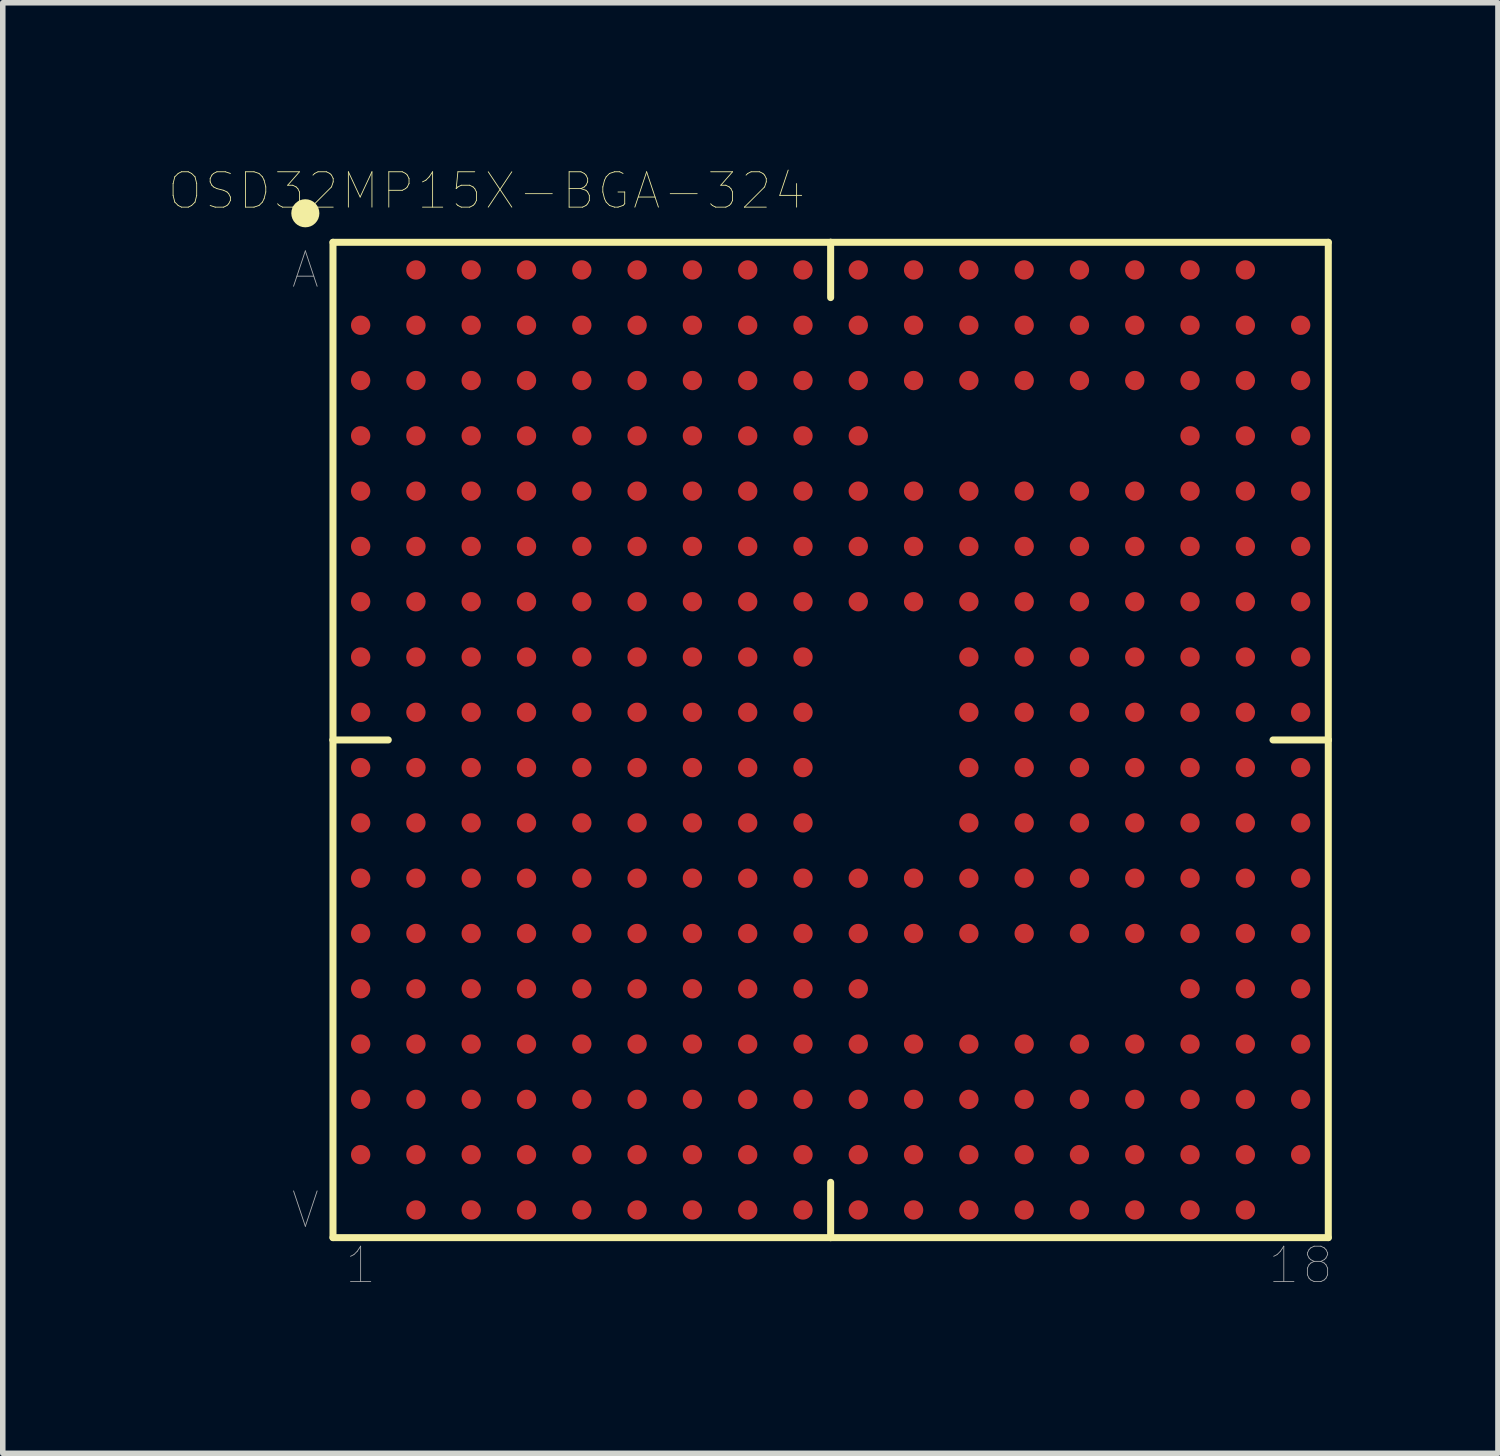
<source format=kicad_pcb>
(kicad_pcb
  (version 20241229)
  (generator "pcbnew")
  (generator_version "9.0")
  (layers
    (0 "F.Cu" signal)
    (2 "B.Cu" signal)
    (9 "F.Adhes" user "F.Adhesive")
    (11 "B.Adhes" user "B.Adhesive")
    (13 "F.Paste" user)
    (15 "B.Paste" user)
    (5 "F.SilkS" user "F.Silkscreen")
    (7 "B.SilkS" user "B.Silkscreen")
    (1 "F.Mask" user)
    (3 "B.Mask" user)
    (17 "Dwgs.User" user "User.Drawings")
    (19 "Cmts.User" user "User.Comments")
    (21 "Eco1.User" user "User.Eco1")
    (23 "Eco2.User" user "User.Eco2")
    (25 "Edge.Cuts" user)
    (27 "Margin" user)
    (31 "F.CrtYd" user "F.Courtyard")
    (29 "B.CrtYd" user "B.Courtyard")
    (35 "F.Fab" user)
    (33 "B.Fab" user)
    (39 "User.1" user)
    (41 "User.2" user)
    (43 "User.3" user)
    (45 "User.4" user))
  (footprint "OSD32MP15X-BGA-324"
    (layer "F.Cu")
    (at 11.972 10.332)
    (property "Reference" "OSD32MP15X-BGA-324" (at -6.223 -9.931 0) (layer "F.SilkS") (effects (font (size 0.64 0.64) (thickness 0.015))))
    (attr smd)
    (fp_line (start -9 -9) (end -9 0) (stroke (width 0.127) (type solid)) (layer "F.SilkS"))
    (fp_line (start -9 0) (end -9 9) (stroke (width 0.127) (type solid)) (layer "F.SilkS"))
    (fp_line (start -9 9) (end 0 9) (stroke (width 0.127) (type solid)) (layer "F.SilkS"))
    (fp_line (start -8 0) (end -9 0) (stroke (width 0.127) (type solid)) (layer "F.SilkS"))
    (fp_line (start 0 -9) (end -9 -9) (stroke (width 0.127) (type solid)) (layer "F.SilkS"))
    (fp_line (start 0 -9) (end 0 -8) (stroke (width 0.127) (type solid)) (layer "F.SilkS"))
    (fp_line (start 0 8) (end 0 9) (stroke (width 0.127) (type solid)) (layer "F.SilkS"))
    (fp_line (start 0 9) (end 9 9) (stroke (width 0.127) (type solid)) (layer "F.SilkS"))
    (fp_line (start 8 0) (end 9 0) (stroke (width 0.127) (type solid)) (layer "F.SilkS"))
    (fp_line (start 9 -9) (end 0 -9) (stroke (width 0.127) (type solid)) (layer "F.SilkS"))
    (fp_line (start 9 0) (end 9 -9) (stroke (width 0.127) (type solid)) (layer "F.SilkS"))
    (fp_line (start 9 9) (end 9 0) (stroke (width 0.127) (type solid)) (layer "F.SilkS"))
    (fp_circle (center -9.5 -9.525) (end -9.373 -9.525) (stroke (width 0.254) (type solid)) (fill no) (layer "F.SilkS"))
    (fp_text user "V" (at -9.5 8.5 0) (layer "F.Fab") (effects (font (size 0.64 0.64) (thickness 0.015))))
    (fp_text user "18" (at 8.5 9.5 0) (layer "F.Fab") (effects (font (size 0.64 0.64) (thickness 0.015))))
    (fp_text user "1" (at -8.5 9.5 0) (layer "F.Fab") (effects (font (size 0.64 0.64) (thickness 0.015))))
    (fp_text user "A" (at -9.5 -8.5 0) (layer "F.Fab") (effects (font (size 0.64 0.64) (thickness 0.015))))
    (pad "A2" smd circle (at -7.5 -8.5) (size 0.35 0.35) (layers "F.Cu" "F.Mask" "F.Paste"))
    (pad "A3" smd circle (at -6.5 -8.5) (size 0.35 0.35) (layers "F.Cu" "F.Mask" "F.Paste"))
    (pad "A4" smd circle (at -5.5 -8.5) (size 0.35 0.35) (layers "F.Cu" "F.Mask" "F.Paste"))
    (pad "A5" smd circle (at -4.5 -8.5) (size 0.35 0.35) (layers "F.Cu" "F.Mask" "F.Paste"))
    (pad "A6" smd circle (at -3.5 -8.5) (size 0.35 0.35) (layers "F.Cu" "F.Mask" "F.Paste"))
    (pad "A7" smd circle (at -2.5 -8.5) (size 0.35 0.35) (layers "F.Cu" "F.Mask" "F.Paste"))
    (pad "A8" smd circle (at -1.5 -8.5) (size 0.35 0.35) (layers "F.Cu" "F.Mask" "F.Paste"))
    (pad "A9" smd circle (at -0.5 -8.5) (size 0.35 0.35) (layers "F.Cu" "F.Mask" "F.Paste"))
    (pad "A10" smd circle (at 0.5 -8.5) (size 0.35 0.35) (layers "F.Cu" "F.Mask" "F.Paste"))
    (pad "A11" smd circle (at 1.5 -8.5) (size 0.35 0.35) (layers "F.Cu" "F.Mask" "F.Paste"))
    (pad "A12" smd circle (at 2.5 -8.5) (size 0.35 0.35) (layers "F.Cu" "F.Mask" "F.Paste"))
    (pad "A13" smd circle (at 3.5 -8.5) (size 0.35 0.35) (layers "F.Cu" "F.Mask" "F.Paste"))
    (pad "A14" smd circle (at 4.5 -8.5) (size 0.35 0.35) (layers "F.Cu" "F.Mask" "F.Paste"))
    (pad "A15" smd circle (at 5.5 -8.5) (size 0.35 0.35) (layers "F.Cu" "F.Mask" "F.Paste"))
    (pad "A16" smd circle (at 6.5 -8.5) (size 0.35 0.35) (layers "F.Cu" "F.Mask" "F.Paste"))
    (pad "A17" smd circle (at 7.5 -8.5) (size 0.35 0.35) (layers "F.Cu" "F.Mask" "F.Paste"))
    (pad "B1" smd circle (at -8.5 -7.5) (size 0.35 0.35) (layers "F.Cu" "F.Mask" "F.Paste"))
    (pad "B2" smd circle (at -7.5 -7.5) (size 0.35 0.35) (layers "F.Cu" "F.Mask" "F.Paste"))
    (pad "B3" smd circle (at -6.5 -7.5) (size 0.35 0.35) (layers "F.Cu" "F.Mask" "F.Paste"))
    (pad "B4" smd circle (at -5.5 -7.5) (size 0.35 0.35) (layers "F.Cu" "F.Mask" "F.Paste"))
    (pad "B5" smd circle (at -4.5 -7.5) (size 0.35 0.35) (layers "F.Cu" "F.Mask" "F.Paste"))
    (pad "B6" smd circle (at -3.5 -7.5) (size 0.35 0.35) (layers "F.Cu" "F.Mask" "F.Paste"))
    (pad "B7" smd circle (at -2.5 -7.5) (size 0.35 0.35) (layers "F.Cu" "F.Mask" "F.Paste"))
    (pad "B8" smd circle (at -1.5 -7.5) (size 0.35 0.35) (layers "F.Cu" "F.Mask" "F.Paste"))
    (pad "B9" smd circle (at -0.5 -7.5) (size 0.35 0.35) (layers "F.Cu" "F.Mask" "F.Paste"))
    (pad "B10" smd circle (at 0.5 -7.5) (size 0.35 0.35) (layers "F.Cu" "F.Mask" "F.Paste"))
    (pad "B11" smd circle (at 1.5 -7.5) (size 0.35 0.35) (layers "F.Cu" "F.Mask" "F.Paste"))
    (pad "B12" smd circle (at 2.5 -7.5) (size 0.35 0.35) (layers "F.Cu" "F.Mask" "F.Paste"))
    (pad "B13" smd circle (at 3.5 -7.5) (size 0.35 0.35) (layers "F.Cu" "F.Mask" "F.Paste"))
    (pad "B14" smd circle (at 4.5 -7.5) (size 0.35 0.35) (layers "F.Cu" "F.Mask" "F.Paste"))
    (pad "B15" smd circle (at 5.5 -7.5) (size 0.35 0.35) (layers "F.Cu" "F.Mask" "F.Paste"))
    (pad "B16" smd circle (at 6.5 -7.5) (size 0.35 0.35) (layers "F.Cu" "F.Mask" "F.Paste"))
    (pad "B17" smd circle (at 7.5 -7.5) (size 0.35 0.35) (layers "F.Cu" "F.Mask" "F.Paste"))
    (pad "B18" smd circle (at 8.5 -7.5) (size 0.35 0.35) (layers "F.Cu" "F.Mask" "F.Paste"))
    (pad "C1" smd circle (at -8.5 -6.5) (size 0.35 0.35) (layers "F.Cu" "F.Mask" "F.Paste"))
    (pad "C2" smd circle (at -7.5 -6.5) (size 0.35 0.35) (layers "F.Cu" "F.Mask" "F.Paste"))
    (pad "C3" smd circle (at -6.5 -6.5) (size 0.35 0.35) (layers "F.Cu" "F.Mask" "F.Paste"))
    (pad "C4" smd circle (at -5.5 -6.5) (size 0.35 0.35) (layers "F.Cu" "F.Mask" "F.Paste"))
    (pad "C5" smd circle (at -4.5 -6.5) (size 0.35 0.35) (layers "F.Cu" "F.Mask" "F.Paste"))
    (pad "C6" smd circle (at -3.5 -6.5) (size 0.35 0.35) (layers "F.Cu" "F.Mask" "F.Paste"))
    (pad "C7" smd circle (at -2.5 -6.5) (size 0.35 0.35) (layers "F.Cu" "F.Mask" "F.Paste"))
    (pad "C8" smd circle (at -1.5 -6.5) (size 0.35 0.35) (layers "F.Cu" "F.Mask" "F.Paste"))
    (pad "C9" smd circle (at -0.5 -6.5) (size 0.35 0.35) (layers "F.Cu" "F.Mask" "F.Paste"))
    (pad "C10" smd circle (at 0.5 -6.5) (size 0.35 0.35) (layers "F.Cu" "F.Mask" "F.Paste"))
    (pad "C11" smd circle (at 1.5 -6.5) (size 0.35 0.35) (layers "F.Cu" "F.Mask" "F.Paste"))
    (pad "C12" smd circle (at 2.5 -6.5) (size 0.35 0.35) (layers "F.Cu" "F.Mask" "F.Paste"))
    (pad "C13" smd circle (at 3.5 -6.5) (size 0.35 0.35) (layers "F.Cu" "F.Mask" "F.Paste"))
    (pad "C14" smd circle (at 4.5 -6.5) (size 0.35 0.35) (layers "F.Cu" "F.Mask" "F.Paste"))
    (pad "C15" smd circle (at 5.5 -6.5) (size 0.35 0.35) (layers "F.Cu" "F.Mask" "F.Paste"))
    (pad "C16" smd circle (at 6.5 -6.5) (size 0.35 0.35) (layers "F.Cu" "F.Mask" "F.Paste"))
    (pad "C17" smd circle (at 7.5 -6.5) (size 0.35 0.35) (layers "F.Cu" "F.Mask" "F.Paste"))
    (pad "C18" smd circle (at 8.5 -6.5) (size 0.35 0.35) (layers "F.Cu" "F.Mask" "F.Paste"))
    (pad "D1" smd circle (at -8.5 -5.5) (size 0.35 0.35) (layers "F.Cu" "F.Mask" "F.Paste"))
    (pad "D2" smd circle (at -7.5 -5.5) (size 0.35 0.35) (layers "F.Cu" "F.Mask" "F.Paste"))
    (pad "D3" smd circle (at -6.5 -5.5) (size 0.35 0.35) (layers "F.Cu" "F.Mask" "F.Paste"))
    (pad "D4" smd circle (at -5.5 -5.5) (size 0.35 0.35) (layers "F.Cu" "F.Mask" "F.Paste"))
    (pad "D5" smd circle (at -4.5 -5.5) (size 0.35 0.35) (layers "F.Cu" "F.Mask" "F.Paste"))
    (pad "D6" smd circle (at -3.5 -5.5) (size 0.35 0.35) (layers "F.Cu" "F.Mask" "F.Paste"))
    (pad "D7" smd circle (at -2.5 -5.5) (size 0.35 0.35) (layers "F.Cu" "F.Mask" "F.Paste"))
    (pad "D8" smd circle (at -1.5 -5.5) (size 0.35 0.35) (layers "F.Cu" "F.Mask" "F.Paste"))
    (pad "D9" smd circle (at -0.5 -5.5) (size 0.35 0.35) (layers "F.Cu" "F.Mask" "F.Paste"))
    (pad "D10" smd circle (at 0.5 -5.5) (size 0.35 0.35) (layers "F.Cu" "F.Mask" "F.Paste"))
    (pad "D16" smd circle (at 6.5 -5.5) (size 0.35 0.35) (layers "F.Cu" "F.Mask" "F.Paste"))
    (pad "D17" smd circle (at 7.5 -5.5) (size 0.35 0.35) (layers "F.Cu" "F.Mask" "F.Paste"))
    (pad "D18" smd circle (at 8.5 -5.5) (size 0.35 0.35) (layers "F.Cu" "F.Mask" "F.Paste"))
    (pad "E1" smd circle (at -8.5 -4.5) (size 0.35 0.35) (layers "F.Cu" "F.Mask" "F.Paste"))
    (pad "E2" smd circle (at -7.5 -4.5) (size 0.35 0.35) (layers "F.Cu" "F.Mask" "F.Paste"))
    (pad "E3" smd circle (at -6.5 -4.5) (size 0.35 0.35) (layers "F.Cu" "F.Mask" "F.Paste"))
    (pad "E4" smd circle (at -5.5 -4.5) (size 0.35 0.35) (layers "F.Cu" "F.Mask" "F.Paste"))
    (pad "E5" smd circle (at -4.5 -4.5) (size 0.35 0.35) (layers "F.Cu" "F.Mask" "F.Paste"))
    (pad "E6" smd circle (at -3.5 -4.5) (size 0.35 0.35) (layers "F.Cu" "F.Mask" "F.Paste"))
    (pad "E7" smd circle (at -2.5 -4.5) (size 0.35 0.35) (layers "F.Cu" "F.Mask" "F.Paste"))
    (pad "E8" smd circle (at -1.5 -4.5) (size 0.35 0.35) (layers "F.Cu" "F.Mask" "F.Paste"))
    (pad "E9" smd circle (at -0.5 -4.5) (size 0.35 0.35) (layers "F.Cu" "F.Mask" "F.Paste"))
    (pad "E10" smd circle (at 0.5 -4.5) (size 0.35 0.35) (layers "F.Cu" "F.Mask" "F.Paste"))
    (pad "E11" smd circle (at 1.5 -4.5) (size 0.35 0.35) (layers "F.Cu" "F.Mask" "F.Paste"))
    (pad "E12" smd circle (at 2.5 -4.5) (size 0.35 0.35) (layers "F.Cu" "F.Mask" "F.Paste"))
    (pad "E13" smd circle (at 3.5 -4.5) (size 0.35 0.35) (layers "F.Cu" "F.Mask" "F.Paste"))
    (pad "E14" smd circle (at 4.5 -4.5) (size 0.35 0.35) (layers "F.Cu" "F.Mask" "F.Paste"))
    (pad "E15" smd circle (at 5.5 -4.5) (size 0.35 0.35) (layers "F.Cu" "F.Mask" "F.Paste"))
    (pad "E16" smd circle (at 6.5 -4.5) (size 0.35 0.35) (layers "F.Cu" "F.Mask" "F.Paste"))
    (pad "E17" smd circle (at 7.5 -4.5) (size 0.35 0.35) (layers "F.Cu" "F.Mask" "F.Paste"))
    (pad "E18" smd circle (at 8.5 -4.5) (size 0.35 0.35) (layers "F.Cu" "F.Mask" "F.Paste"))
    (pad "F1" smd circle (at -8.5 -3.5) (size 0.35 0.35) (layers "F.Cu" "F.Mask" "F.Paste"))
    (pad "F2" smd circle (at -7.5 -3.5) (size 0.35 0.35) (layers "F.Cu" "F.Mask" "F.Paste"))
    (pad "F3" smd circle (at -6.5 -3.5) (size 0.35 0.35) (layers "F.Cu" "F.Mask" "F.Paste"))
    (pad "F4" smd circle (at -5.5 -3.5) (size 0.35 0.35) (layers "F.Cu" "F.Mask" "F.Paste"))
    (pad "F5" smd circle (at -4.5 -3.5) (size 0.35 0.35) (layers "F.Cu" "F.Mask" "F.Paste"))
    (pad "F6" smd circle (at -3.5 -3.5) (size 0.35 0.35) (layers "F.Cu" "F.Mask" "F.Paste"))
    (pad "F7" smd circle (at -2.5 -3.5) (size 0.35 0.35) (layers "F.Cu" "F.Mask" "F.Paste"))
    (pad "F8" smd circle (at -1.5 -3.5) (size 0.35 0.35) (layers "F.Cu" "F.Mask" "F.Paste"))
    (pad "F9" smd circle (at -0.5 -3.5) (size 0.35 0.35) (layers "F.Cu" "F.Mask" "F.Paste"))
    (pad "F10" smd circle (at 0.5 -3.5) (size 0.35 0.35) (layers "F.Cu" "F.Mask" "F.Paste"))
    (pad "F11" smd circle (at 1.5 -3.5) (size 0.35 0.35) (layers "F.Cu" "F.Mask" "F.Paste"))
    (pad "F12" smd circle (at 2.5 -3.5) (size 0.35 0.35) (layers "F.Cu" "F.Mask" "F.Paste"))
    (pad "F13" smd circle (at 3.5 -3.5) (size 0.35 0.35) (layers "F.Cu" "F.Mask" "F.Paste"))
    (pad "F14" smd circle (at 4.5 -3.5) (size 0.35 0.35) (layers "F.Cu" "F.Mask" "F.Paste"))
    (pad "F15" smd circle (at 5.5 -3.5) (size 0.35 0.35) (layers "F.Cu" "F.Mask" "F.Paste"))
    (pad "F16" smd circle (at 6.5 -3.5) (size 0.35 0.35) (layers "F.Cu" "F.Mask" "F.Paste"))
    (pad "F17" smd circle (at 7.5 -3.5) (size 0.35 0.35) (layers "F.Cu" "F.Mask" "F.Paste"))
    (pad "F18" smd circle (at 8.5 -3.5) (size 0.35 0.35) (layers "F.Cu" "F.Mask" "F.Paste"))
    (pad "G1" smd circle (at -8.5 -2.5) (size 0.35 0.35) (layers "F.Cu" "F.Mask" "F.Paste"))
    (pad "G2" smd circle (at -7.5 -2.5) (size 0.35 0.35) (layers "F.Cu" "F.Mask" "F.Paste"))
    (pad "G3" smd circle (at -6.5 -2.5) (size 0.35 0.35) (layers "F.Cu" "F.Mask" "F.Paste"))
    (pad "G4" smd circle (at -5.5 -2.5) (size 0.35 0.35) (layers "F.Cu" "F.Mask" "F.Paste"))
    (pad "G5" smd circle (at -4.5 -2.5) (size 0.35 0.35) (layers "F.Cu" "F.Mask" "F.Paste"))
    (pad "G6" smd circle (at -3.5 -2.5) (size 0.35 0.35) (layers "F.Cu" "F.Mask" "F.Paste"))
    (pad "G7" smd circle (at -2.5 -2.5) (size 0.35 0.35) (layers "F.Cu" "F.Mask" "F.Paste"))
    (pad "G8" smd circle (at -1.5 -2.5) (size 0.35 0.35) (layers "F.Cu" "F.Mask" "F.Paste"))
    (pad "G9" smd circle (at -0.5 -2.5) (size 0.35 0.35) (layers "F.Cu" "F.Mask" "F.Paste"))
    (pad "G10" smd circle (at 0.5 -2.5) (size 0.35 0.35) (layers "F.Cu" "F.Mask" "F.Paste"))
    (pad "G11" smd circle (at 1.5 -2.5) (size 0.35 0.35) (layers "F.Cu" "F.Mask" "F.Paste"))
    (pad "G12" smd circle (at 2.5 -2.5) (size 0.35 0.35) (layers "F.Cu" "F.Mask" "F.Paste"))
    (pad "G13" smd circle (at 3.5 -2.5) (size 0.35 0.35) (layers "F.Cu" "F.Mask" "F.Paste"))
    (pad "G14" smd circle (at 4.5 -2.5) (size 0.35 0.35) (layers "F.Cu" "F.Mask" "F.Paste"))
    (pad "G15" smd circle (at 5.5 -2.5) (size 0.35 0.35) (layers "F.Cu" "F.Mask" "F.Paste"))
    (pad "G16" smd circle (at 6.5 -2.5) (size 0.35 0.35) (layers "F.Cu" "F.Mask" "F.Paste"))
    (pad "G17" smd circle (at 7.5 -2.5) (size 0.35 0.35) (layers "F.Cu" "F.Mask" "F.Paste"))
    (pad "G18" smd circle (at 8.5 -2.5) (size 0.35 0.35) (layers "F.Cu" "F.Mask" "F.Paste"))
    (pad "H1" smd circle (at -8.5 -1.5) (size 0.35 0.35) (layers "F.Cu" "F.Mask" "F.Paste"))
    (pad "H2" smd circle (at -7.5 -1.5) (size 0.35 0.35) (layers "F.Cu" "F.Mask" "F.Paste"))
    (pad "H3" smd circle (at -6.5 -1.5) (size 0.35 0.35) (layers "F.Cu" "F.Mask" "F.Paste"))
    (pad "H4" smd circle (at -5.5 -1.5) (size 0.35 0.35) (layers "F.Cu" "F.Mask" "F.Paste"))
    (pad "H5" smd circle (at -4.5 -1.5) (size 0.35 0.35) (layers "F.Cu" "F.Mask" "F.Paste"))
    (pad "H6" smd circle (at -3.5 -1.5) (size 0.35 0.35) (layers "F.Cu" "F.Mask" "F.Paste"))
    (pad "H7" smd circle (at -2.5 -1.5) (size 0.35 0.35) (layers "F.Cu" "F.Mask" "F.Paste"))
    (pad "H8" smd circle (at -1.5 -1.5) (size 0.35 0.35) (layers "F.Cu" "F.Mask" "F.Paste"))
    (pad "H9" smd circle (at -0.5 -1.5) (size 0.35 0.35) (layers "F.Cu" "F.Mask" "F.Paste"))
    (pad "H12" smd circle (at 2.5 -1.5) (size 0.35 0.35) (layers "F.Cu" "F.Mask" "F.Paste"))
    (pad "H13" smd circle (at 3.5 -1.5) (size 0.35 0.35) (layers "F.Cu" "F.Mask" "F.Paste"))
    (pad "H14" smd circle (at 4.5 -1.5) (size 0.35 0.35) (layers "F.Cu" "F.Mask" "F.Paste"))
    (pad "H15" smd circle (at 5.5 -1.5) (size 0.35 0.35) (layers "F.Cu" "F.Mask" "F.Paste"))
    (pad "H16" smd circle (at 6.5 -1.5) (size 0.35 0.35) (layers "F.Cu" "F.Mask" "F.Paste"))
    (pad "H17" smd circle (at 7.5 -1.5) (size 0.35 0.35) (layers "F.Cu" "F.Mask" "F.Paste"))
    (pad "H18" smd circle (at 8.5 -1.5) (size 0.35 0.35) (layers "F.Cu" "F.Mask" "F.Paste"))
    (pad "J1" smd circle (at -8.5 -0.5) (size 0.35 0.35) (layers "F.Cu" "F.Mask" "F.Paste"))
    (pad "J2" smd circle (at -7.5 -0.5) (size 0.35 0.35) (layers "F.Cu" "F.Mask" "F.Paste"))
    (pad "J3" smd circle (at -6.5 -0.5) (size 0.35 0.35) (layers "F.Cu" "F.Mask" "F.Paste"))
    (pad "J4" smd circle (at -5.5 -0.5) (size 0.35 0.35) (layers "F.Cu" "F.Mask" "F.Paste"))
    (pad "J5" smd circle (at -4.5 -0.5) (size 0.35 0.35) (layers "F.Cu" "F.Mask" "F.Paste"))
    (pad "J6" smd circle (at -3.5 -0.5) (size 0.35 0.35) (layers "F.Cu" "F.Mask" "F.Paste"))
    (pad "J7" smd circle (at -2.5 -0.5) (size 0.35 0.35) (layers "F.Cu" "F.Mask" "F.Paste"))
    (pad "J8" smd circle (at -1.5 -0.5) (size 0.35 0.35) (layers "F.Cu" "F.Mask" "F.Paste"))
    (pad "J9" smd circle (at -0.5 -0.5) (size 0.35 0.35) (layers "F.Cu" "F.Mask" "F.Paste"))
    (pad "J12" smd circle (at 2.5 -0.5) (size 0.35 0.35) (layers "F.Cu" "F.Mask" "F.Paste"))
    (pad "J13" smd circle (at 3.5 -0.5) (size 0.35 0.35) (layers "F.Cu" "F.Mask" "F.Paste"))
    (pad "J14" smd circle (at 4.5 -0.5) (size 0.35 0.35) (layers "F.Cu" "F.Mask" "F.Paste"))
    (pad "J15" smd circle (at 5.5 -0.5) (size 0.35 0.35) (layers "F.Cu" "F.Mask" "F.Paste"))
    (pad "J16" smd circle (at 6.5 -0.5) (size 0.35 0.35) (layers "F.Cu" "F.Mask" "F.Paste"))
    (pad "J17" smd circle (at 7.5 -0.5) (size 0.35 0.35) (layers "F.Cu" "F.Mask" "F.Paste"))
    (pad "J18" smd circle (at 8.5 -0.5) (size 0.35 0.35) (layers "F.Cu" "F.Mask" "F.Paste"))
    (pad "K1" smd circle (at -8.5 0.5) (size 0.35 0.35) (layers "F.Cu" "F.Mask" "F.Paste"))
    (pad "K2" smd circle (at -7.5 0.5) (size 0.35 0.35) (layers "F.Cu" "F.Mask" "F.Paste"))
    (pad "K3" smd circle (at -6.5 0.5) (size 0.35 0.35) (layers "F.Cu" "F.Mask" "F.Paste"))
    (pad "K4" smd circle (at -5.5 0.5) (size 0.35 0.35) (layers "F.Cu" "F.Mask" "F.Paste"))
    (pad "K5" smd circle (at -4.5 0.5) (size 0.35 0.35) (layers "F.Cu" "F.Mask" "F.Paste"))
    (pad "K6" smd circle (at -3.5 0.5) (size 0.35 0.35) (layers "F.Cu" "F.Mask" "F.Paste"))
    (pad "K7" smd circle (at -2.5 0.5) (size 0.35 0.35) (layers "F.Cu" "F.Mask" "F.Paste"))
    (pad "K8" smd circle (at -1.5 0.5) (size 0.35 0.35) (layers "F.Cu" "F.Mask" "F.Paste"))
    (pad "K9" smd circle (at -0.5 0.5) (size 0.35 0.35) (layers "F.Cu" "F.Mask" "F.Paste"))
    (pad "K12" smd circle (at 2.5 0.5) (size 0.35 0.35) (layers "F.Cu" "F.Mask" "F.Paste"))
    (pad "K13" smd circle (at 3.5 0.5) (size 0.35 0.35) (layers "F.Cu" "F.Mask" "F.Paste"))
    (pad "K14" smd circle (at 4.5 0.5) (size 0.35 0.35) (layers "F.Cu" "F.Mask" "F.Paste"))
    (pad "K15" smd circle (at 5.5 0.5) (size 0.35 0.35) (layers "F.Cu" "F.Mask" "F.Paste"))
    (pad "K16" smd circle (at 6.5 0.5) (size 0.35 0.35) (layers "F.Cu" "F.Mask" "F.Paste"))
    (pad "K17" smd circle (at 7.5 0.5) (size 0.35 0.35) (layers "F.Cu" "F.Mask" "F.Paste"))
    (pad "K18" smd circle (at 8.5 0.5) (size 0.35 0.35) (layers "F.Cu" "F.Mask" "F.Paste"))
    (pad "L1" smd circle (at -8.5 1.5) (size 0.35 0.35) (layers "F.Cu" "F.Mask" "F.Paste"))
    (pad "L2" smd circle (at -7.5 1.5) (size 0.35 0.35) (layers "F.Cu" "F.Mask" "F.Paste"))
    (pad "L3" smd circle (at -6.5 1.5) (size 0.35 0.35) (layers "F.Cu" "F.Mask" "F.Paste"))
    (pad "L4" smd circle (at -5.5 1.5) (size 0.35 0.35) (layers "F.Cu" "F.Mask" "F.Paste"))
    (pad "L5" smd circle (at -4.5 1.5) (size 0.35 0.35) (layers "F.Cu" "F.Mask" "F.Paste"))
    (pad "L6" smd circle (at -3.5 1.5) (size 0.35 0.35) (layers "F.Cu" "F.Mask" "F.Paste"))
    (pad "L7" smd circle (at -2.5 1.5) (size 0.35 0.35) (layers "F.Cu" "F.Mask" "F.Paste"))
    (pad "L8" smd circle (at -1.5 1.5) (size 0.35 0.35) (layers "F.Cu" "F.Mask" "F.Paste"))
    (pad "L9" smd circle (at -0.5 1.5) (size 0.35 0.35) (layers "F.Cu" "F.Mask" "F.Paste"))
    (pad "L12" smd circle (at 2.5 1.5) (size 0.35 0.35) (layers "F.Cu" "F.Mask" "F.Paste"))
    (pad "L13" smd circle (at 3.5 1.5) (size 0.35 0.35) (layers "F.Cu" "F.Mask" "F.Paste"))
    (pad "L14" smd circle (at 4.5 1.5) (size 0.35 0.35) (layers "F.Cu" "F.Mask" "F.Paste"))
    (pad "L15" smd circle (at 5.5 1.5) (size 0.35 0.35) (layers "F.Cu" "F.Mask" "F.Paste"))
    (pad "L16" smd circle (at 6.5 1.5) (size 0.35 0.35) (layers "F.Cu" "F.Mask" "F.Paste"))
    (pad "L17" smd circle (at 7.5 1.5) (size 0.35 0.35) (layers "F.Cu" "F.Mask" "F.Paste"))
    (pad "L18" smd circle (at 8.5 1.5) (size 0.35 0.35) (layers "F.Cu" "F.Mask" "F.Paste"))
    (pad "M1" smd circle (at -8.5 2.5) (size 0.35 0.35) (layers "F.Cu" "F.Mask" "F.Paste"))
    (pad "M2" smd circle (at -7.5 2.5) (size 0.35 0.35) (layers "F.Cu" "F.Mask" "F.Paste"))
    (pad "M3" smd circle (at -6.5 2.5) (size 0.35 0.35) (layers "F.Cu" "F.Mask" "F.Paste"))
    (pad "M4" smd circle (at -5.5 2.5) (size 0.35 0.35) (layers "F.Cu" "F.Mask" "F.Paste"))
    (pad "M5" smd circle (at -4.5 2.5) (size 0.35 0.35) (layers "F.Cu" "F.Mask" "F.Paste"))
    (pad "M6" smd circle (at -3.5 2.5) (size 0.35 0.35) (layers "F.Cu" "F.Mask" "F.Paste"))
    (pad "M7" smd circle (at -2.5 2.5) (size 0.35 0.35) (layers "F.Cu" "F.Mask" "F.Paste"))
    (pad "M8" smd circle (at -1.5 2.5) (size 0.35 0.35) (layers "F.Cu" "F.Mask" "F.Paste"))
    (pad "M9" smd circle (at -0.5 2.5) (size 0.35 0.35) (layers "F.Cu" "F.Mask" "F.Paste"))
    (pad "M10" smd circle (at 0.5 2.5) (size 0.35 0.35) (layers "F.Cu" "F.Mask" "F.Paste"))
    (pad "M11" smd circle (at 1.5 2.5) (size 0.35 0.35) (layers "F.Cu" "F.Mask" "F.Paste"))
    (pad "M12" smd circle (at 2.5 2.5) (size 0.35 0.35) (layers "F.Cu" "F.Mask" "F.Paste"))
    (pad "M13" smd circle (at 3.5 2.5) (size 0.35 0.35) (layers "F.Cu" "F.Mask" "F.Paste"))
    (pad "M14" smd circle (at 4.5 2.5) (size 0.35 0.35) (layers "F.Cu" "F.Mask" "F.Paste"))
    (pad "M15" smd circle (at 5.5 2.5) (size 0.35 0.35) (layers "F.Cu" "F.Mask" "F.Paste"))
    (pad "M16" smd circle (at 6.5 2.5) (size 0.35 0.35) (layers "F.Cu" "F.Mask" "F.Paste"))
    (pad "M17" smd circle (at 7.5 2.5) (size 0.35 0.35) (layers "F.Cu" "F.Mask" "F.Paste"))
    (pad "M18" smd circle (at 8.5 2.5) (size 0.35 0.35) (layers "F.Cu" "F.Mask" "F.Paste"))
    (pad "N1" smd circle (at -8.5 3.5) (size 0.35 0.35) (layers "F.Cu" "F.Mask" "F.Paste"))
    (pad "N2" smd circle (at -7.5 3.5) (size 0.35 0.35) (layers "F.Cu" "F.Mask" "F.Paste"))
    (pad "N3" smd circle (at -6.5 3.5) (size 0.35 0.35) (layers "F.Cu" "F.Mask" "F.Paste"))
    (pad "N4" smd circle (at -5.5 3.5) (size 0.35 0.35) (layers "F.Cu" "F.Mask" "F.Paste"))
    (pad "N5" smd circle (at -4.5 3.5) (size 0.35 0.35) (layers "F.Cu" "F.Mask" "F.Paste"))
    (pad "N6" smd circle (at -3.5 3.5) (size 0.35 0.35) (layers "F.Cu" "F.Mask" "F.Paste"))
    (pad "N7" smd circle (at -2.5 3.5) (size 0.35 0.35) (layers "F.Cu" "F.Mask" "F.Paste"))
    (pad "N8" smd circle (at -1.5 3.5) (size 0.35 0.35) (layers "F.Cu" "F.Mask" "F.Paste"))
    (pad "N9" smd circle (at -0.5 3.5) (size 0.35 0.35) (layers "F.Cu" "F.Mask" "F.Paste"))
    (pad "N10" smd circle (at 0.5 3.5) (size 0.35 0.35) (layers "F.Cu" "F.Mask" "F.Paste"))
    (pad "N11" smd circle (at 1.5 3.5) (size 0.35 0.35) (layers "F.Cu" "F.Mask" "F.Paste"))
    (pad "N12" smd circle (at 2.5 3.5) (size 0.35 0.35) (layers "F.Cu" "F.Mask" "F.Paste"))
    (pad "N13" smd circle (at 3.5 3.5) (size 0.35 0.35) (layers "F.Cu" "F.Mask" "F.Paste"))
    (pad "N14" smd circle (at 4.5 3.5) (size 0.35 0.35) (layers "F.Cu" "F.Mask" "F.Paste"))
    (pad "N15" smd circle (at 5.5 3.5) (size 0.35 0.35) (layers "F.Cu" "F.Mask" "F.Paste"))
    (pad "N16" smd circle (at 6.5 3.5) (size 0.35 0.35) (layers "F.Cu" "F.Mask" "F.Paste"))
    (pad "N17" smd circle (at 7.5 3.5) (size 0.35 0.35) (layers "F.Cu" "F.Mask" "F.Paste"))
    (pad "N18" smd circle (at 8.5 3.5) (size 0.35 0.35) (layers "F.Cu" "F.Mask" "F.Paste"))
    (pad "P1" smd circle (at -8.5 4.5) (size 0.35 0.35) (layers "F.Cu" "F.Mask" "F.Paste"))
    (pad "P2" smd circle (at -7.5 4.5) (size 0.35 0.35) (layers "F.Cu" "F.Mask" "F.Paste"))
    (pad "P3" smd circle (at -6.5 4.5) (size 0.35 0.35) (layers "F.Cu" "F.Mask" "F.Paste"))
    (pad "P4" smd circle (at -5.5 4.5) (size 0.35 0.35) (layers "F.Cu" "F.Mask" "F.Paste"))
    (pad "P5" smd circle (at -4.5 4.5) (size 0.35 0.35) (layers "F.Cu" "F.Mask" "F.Paste"))
    (pad "P6" smd circle (at -3.5 4.5) (size 0.35 0.35) (layers "F.Cu" "F.Mask" "F.Paste"))
    (pad "P7" smd circle (at -2.5 4.5) (size 0.35 0.35) (layers "F.Cu" "F.Mask" "F.Paste"))
    (pad "P8" smd circle (at -1.5 4.5) (size 0.35 0.35) (layers "F.Cu" "F.Mask" "F.Paste"))
    (pad "P9" smd circle (at -0.5 4.5) (size 0.35 0.35) (layers "F.Cu" "F.Mask" "F.Paste"))
    (pad "P10" smd circle (at 0.5 4.5) (size 0.35 0.35) (layers "F.Cu" "F.Mask" "F.Paste"))
    (pad "P16" smd circle (at 6.5 4.5) (size 0.35 0.35) (layers "F.Cu" "F.Mask" "F.Paste"))
    (pad "P17" smd circle (at 7.5 4.5) (size 0.35 0.35) (layers "F.Cu" "F.Mask" "F.Paste"))
    (pad "P18" smd circle (at 8.5 4.5) (size 0.35 0.35) (layers "F.Cu" "F.Mask" "F.Paste"))
    (pad "R1" smd circle (at -8.5 5.5) (size 0.35 0.35) (layers "F.Cu" "F.Mask" "F.Paste"))
    (pad "R2" smd circle (at -7.5 5.5) (size 0.35 0.35) (layers "F.Cu" "F.Mask" "F.Paste"))
    (pad "R3" smd circle (at -6.5 5.5) (size 0.35 0.35) (layers "F.Cu" "F.Mask" "F.Paste"))
    (pad "R4" smd circle (at -5.5 5.5) (size 0.35 0.35) (layers "F.Cu" "F.Mask" "F.Paste"))
    (pad "R5" smd circle (at -4.5 5.5) (size 0.35 0.35) (layers "F.Cu" "F.Mask" "F.Paste"))
    (pad "R6" smd circle (at -3.5 5.5) (size 0.35 0.35) (layers "F.Cu" "F.Mask" "F.Paste"))
    (pad "R7" smd circle (at -2.5 5.5) (size 0.35 0.35) (layers "F.Cu" "F.Mask" "F.Paste"))
    (pad "R8" smd circle (at -1.5 5.5) (size 0.35 0.35) (layers "F.Cu" "F.Mask" "F.Paste"))
    (pad "R9" smd circle (at -0.5 5.5) (size 0.35 0.35) (layers "F.Cu" "F.Mask" "F.Paste"))
    (pad "R10" smd circle (at 0.5 5.5) (size 0.35 0.35) (layers "F.Cu" "F.Mask" "F.Paste"))
    (pad "R11" smd circle (at 1.5 5.5) (size 0.35 0.35) (layers "F.Cu" "F.Mask" "F.Paste"))
    (pad "R12" smd circle (at 2.5 5.5) (size 0.35 0.35) (layers "F.Cu" "F.Mask" "F.Paste"))
    (pad "R13" smd circle (at 3.5 5.5) (size 0.35 0.35) (layers "F.Cu" "F.Mask" "F.Paste"))
    (pad "R14" smd circle (at 4.5 5.5) (size 0.35 0.35) (layers "F.Cu" "F.Mask" "F.Paste"))
    (pad "R15" smd circle (at 5.5 5.5) (size 0.35 0.35) (layers "F.Cu" "F.Mask" "F.Paste"))
    (pad "R16" smd circle (at 6.5 5.5) (size 0.35 0.35) (layers "F.Cu" "F.Mask" "F.Paste"))
    (pad "R17" smd circle (at 7.5 5.5) (size 0.35 0.35) (layers "F.Cu" "F.Mask" "F.Paste"))
    (pad "R18" smd circle (at 8.5 5.5) (size 0.35 0.35) (layers "F.Cu" "F.Mask" "F.Paste"))
    (pad "T1" smd circle (at -8.5 6.5) (size 0.35 0.35) (layers "F.Cu" "F.Mask" "F.Paste"))
    (pad "T2" smd circle (at -7.5 6.5) (size 0.35 0.35) (layers "F.Cu" "F.Mask" "F.Paste"))
    (pad "T3" smd circle (at -6.5 6.5) (size 0.35 0.35) (layers "F.Cu" "F.Mask" "F.Paste"))
    (pad "T4" smd circle (at -5.5 6.5) (size 0.35 0.35) (layers "F.Cu" "F.Mask" "F.Paste"))
    (pad "T5" smd circle (at -4.5 6.5) (size 0.35 0.35) (layers "F.Cu" "F.Mask" "F.Paste"))
    (pad "T6" smd circle (at -3.5 6.5) (size 0.35 0.35) (layers "F.Cu" "F.Mask" "F.Paste"))
    (pad "T7" smd circle (at -2.5 6.5) (size 0.35 0.35) (layers "F.Cu" "F.Mask" "F.Paste"))
    (pad "T8" smd circle (at -1.5 6.5) (size 0.35 0.35) (layers "F.Cu" "F.Mask" "F.Paste"))
    (pad "T9" smd circle (at -0.5 6.5) (size 0.35 0.35) (layers "F.Cu" "F.Mask" "F.Paste"))
    (pad "T10" smd circle (at 0.5 6.5) (size 0.35 0.35) (layers "F.Cu" "F.Mask" "F.Paste"))
    (pad "T11" smd circle (at 1.5 6.5) (size 0.35 0.35) (layers "F.Cu" "F.Mask" "F.Paste"))
    (pad "T12" smd circle (at 2.5 6.5) (size 0.35 0.35) (layers "F.Cu" "F.Mask" "F.Paste"))
    (pad "T13" smd circle (at 3.5 6.5) (size 0.35 0.35) (layers "F.Cu" "F.Mask" "F.Paste"))
    (pad "T14" smd circle (at 4.5 6.5) (size 0.35 0.35) (layers "F.Cu" "F.Mask" "F.Paste"))
    (pad "T15" smd circle (at 5.5 6.5) (size 0.35 0.35) (layers "F.Cu" "F.Mask" "F.Paste"))
    (pad "T16" smd circle (at 6.5 6.5) (size 0.35 0.35) (layers "F.Cu" "F.Mask" "F.Paste"))
    (pad "T17" smd circle (at 7.5 6.5) (size 0.35 0.35) (layers "F.Cu" "F.Mask" "F.Paste"))
    (pad "T18" smd circle (at 8.5 6.5) (size 0.35 0.35) (layers "F.Cu" "F.Mask" "F.Paste"))
    (pad "U1" smd circle (at -8.5 7.5) (size 0.35 0.35) (layers "F.Cu" "F.Mask" "F.Paste"))
    (pad "U2" smd circle (at -7.5 7.5) (size 0.35 0.35) (layers "F.Cu" "F.Mask" "F.Paste"))
    (pad "U3" smd circle (at -6.5 7.5) (size 0.35 0.35) (layers "F.Cu" "F.Mask" "F.Paste"))
    (pad "U4" smd circle (at -5.5 7.5) (size 0.35 0.35) (layers "F.Cu" "F.Mask" "F.Paste"))
    (pad "U5" smd circle (at -4.5 7.5) (size 0.35 0.35) (layers "F.Cu" "F.Mask" "F.Paste"))
    (pad "U6" smd circle (at -3.5 7.5) (size 0.35 0.35) (layers "F.Cu" "F.Mask" "F.Paste"))
    (pad "U7" smd circle (at -2.5 7.5) (size 0.35 0.35) (layers "F.Cu" "F.Mask" "F.Paste"))
    (pad "U8" smd circle (at -1.5 7.5) (size 0.35 0.35) (layers "F.Cu" "F.Mask" "F.Paste"))
    (pad "U9" smd circle (at -0.5 7.5) (size 0.35 0.35) (layers "F.Cu" "F.Mask" "F.Paste"))
    (pad "U10" smd circle (at 0.5 7.5) (size 0.35 0.35) (layers "F.Cu" "F.Mask" "F.Paste"))
    (pad "U11" smd circle (at 1.5 7.5) (size 0.35 0.35) (layers "F.Cu" "F.Mask" "F.Paste"))
    (pad "U12" smd circle (at 2.5 7.5) (size 0.35 0.35) (layers "F.Cu" "F.Mask" "F.Paste"))
    (pad "U13" smd circle (at 3.5 7.5) (size 0.35 0.35) (layers "F.Cu" "F.Mask" "F.Paste"))
    (pad "U14" smd circle (at 4.5 7.5) (size 0.35 0.35) (layers "F.Cu" "F.Mask" "F.Paste"))
    (pad "U15" smd circle (at 5.5 7.5) (size 0.35 0.35) (layers "F.Cu" "F.Mask" "F.Paste"))
    (pad "U16" smd circle (at 6.5 7.5) (size 0.35 0.35) (layers "F.Cu" "F.Mask" "F.Paste"))
    (pad "U17" smd circle (at 7.5 7.5) (size 0.35 0.35) (layers "F.Cu" "F.Mask" "F.Paste"))
    (pad "U18" smd circle (at 8.5 7.5) (size 0.35 0.35) (layers "F.Cu" "F.Mask" "F.Paste"))
    (pad "V2" smd circle (at -7.5 8.5) (size 0.35 0.35) (layers "F.Cu" "F.Mask" "F.Paste"))
    (pad "V3" smd circle (at -6.5 8.5) (size 0.35 0.35) (layers "F.Cu" "F.Mask" "F.Paste"))
    (pad "V4" smd circle (at -5.5 8.5) (size 0.35 0.35) (layers "F.Cu" "F.Mask" "F.Paste"))
    (pad "V5" smd circle (at -4.5 8.5) (size 0.35 0.35) (layers "F.Cu" "F.Mask" "F.Paste"))
    (pad "V6" smd circle (at -3.5 8.5) (size 0.35 0.35) (layers "F.Cu" "F.Mask" "F.Paste"))
    (pad "V7" smd circle (at -2.5 8.5) (size 0.35 0.35) (layers "F.Cu" "F.Mask" "F.Paste"))
    (pad "V8" smd circle (at -1.5 8.5) (size 0.35 0.35) (layers "F.Cu" "F.Mask" "F.Paste"))
    (pad "V9" smd circle (at -0.5 8.5) (size 0.35 0.35) (layers "F.Cu" "F.Mask" "F.Paste"))
    (pad "V10" smd circle (at 0.5 8.5) (size 0.35 0.35) (layers "F.Cu" "F.Mask" "F.Paste"))
    (pad "V11" smd circle (at 1.5 8.5) (size 0.35 0.35) (layers "F.Cu" "F.Mask" "F.Paste"))
    (pad "V12" smd circle (at 2.5 8.5) (size 0.35 0.35) (layers "F.Cu" "F.Mask" "F.Paste"))
    (pad "V13" smd circle (at 3.5 8.5) (size 0.35 0.35) (layers "F.Cu" "F.Mask" "F.Paste"))
    (pad "V14" smd circle (at 4.5 8.5) (size 0.35 0.35) (layers "F.Cu" "F.Mask" "F.Paste"))
    (pad "V15" smd circle (at 5.5 8.5) (size 0.35 0.35) (layers "F.Cu" "F.Mask" "F.Paste"))
    (pad "V16" smd circle (at 6.5 8.5) (size 0.35 0.35) (layers "F.Cu" "F.Mask" "F.Paste"))
    (pad "V17" smd circle (at 7.5 8.5) (size 0.35 0.35) (layers "F.Cu" "F.Mask" "F.Paste")))
  (gr_rect
    (start -3 -3)
    (end 24.04 23.233)
    (stroke (width 0.1) (type default))
    (fill no)
    (layer "Edge.Cuts")))
</source>
